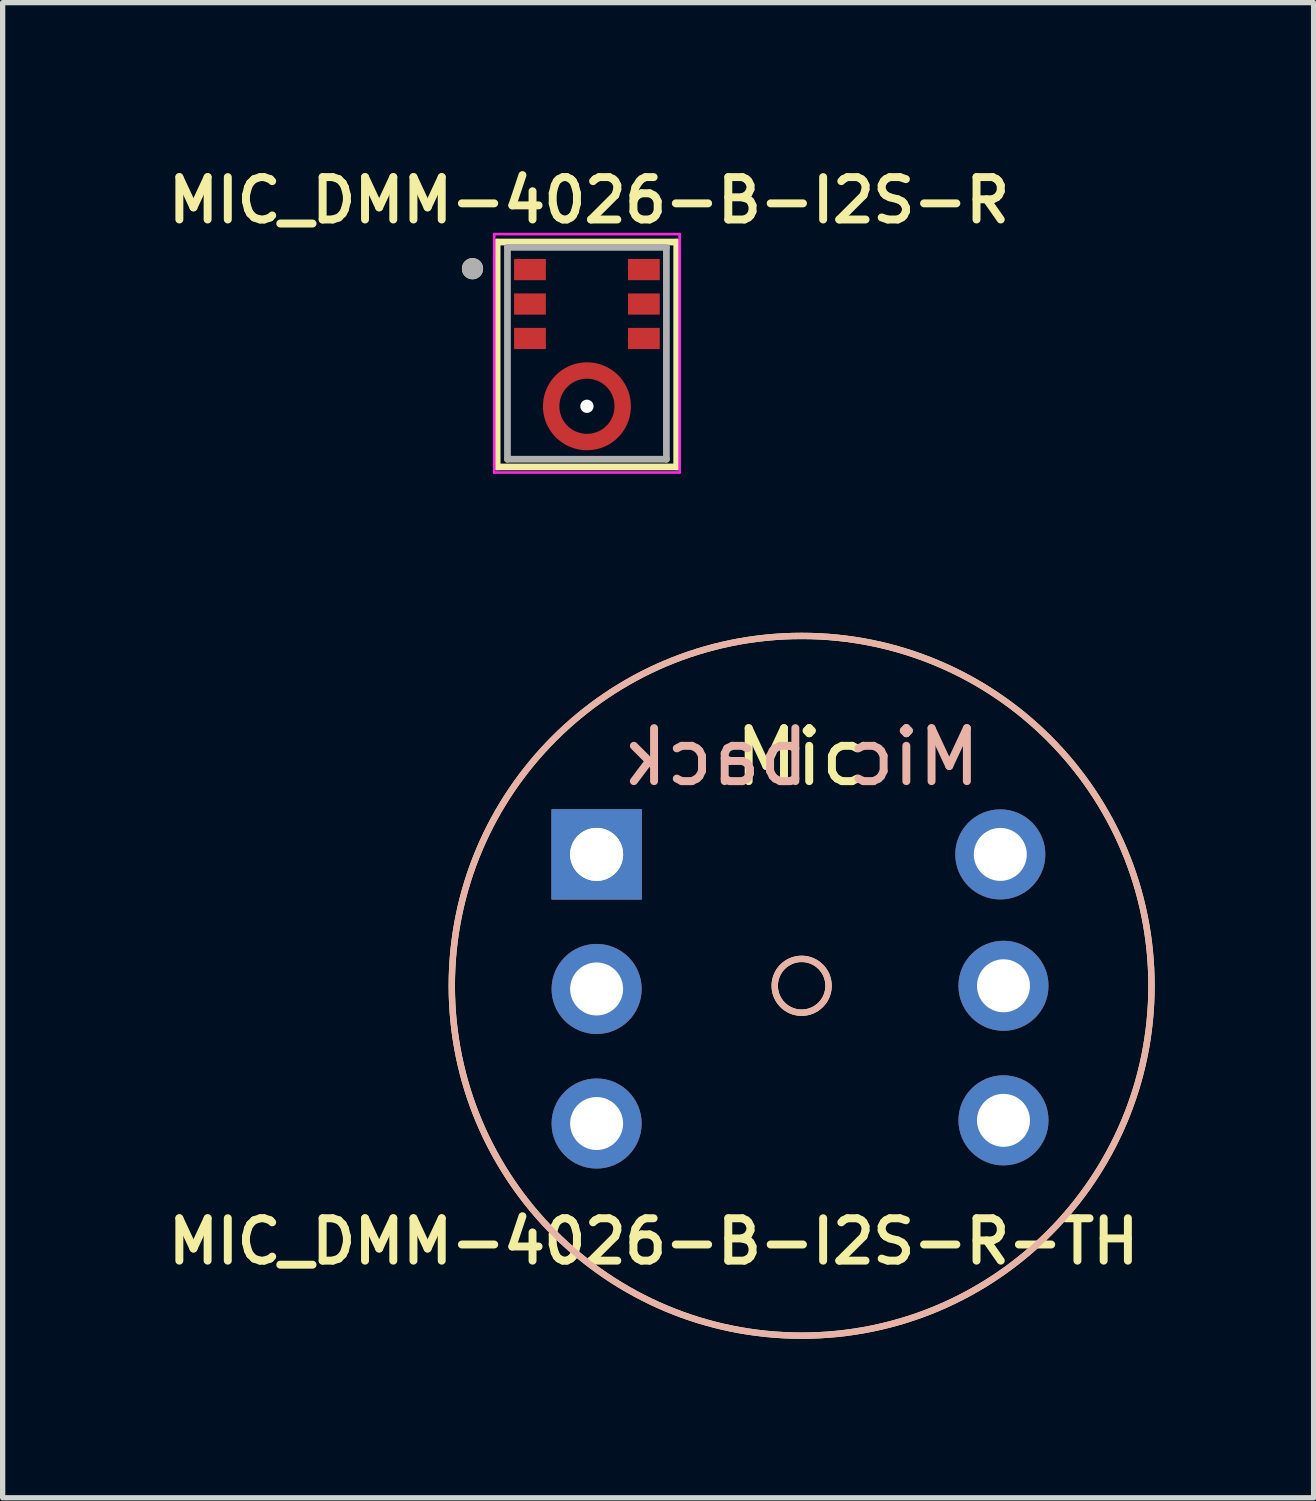
<source format=kicad_pcb>
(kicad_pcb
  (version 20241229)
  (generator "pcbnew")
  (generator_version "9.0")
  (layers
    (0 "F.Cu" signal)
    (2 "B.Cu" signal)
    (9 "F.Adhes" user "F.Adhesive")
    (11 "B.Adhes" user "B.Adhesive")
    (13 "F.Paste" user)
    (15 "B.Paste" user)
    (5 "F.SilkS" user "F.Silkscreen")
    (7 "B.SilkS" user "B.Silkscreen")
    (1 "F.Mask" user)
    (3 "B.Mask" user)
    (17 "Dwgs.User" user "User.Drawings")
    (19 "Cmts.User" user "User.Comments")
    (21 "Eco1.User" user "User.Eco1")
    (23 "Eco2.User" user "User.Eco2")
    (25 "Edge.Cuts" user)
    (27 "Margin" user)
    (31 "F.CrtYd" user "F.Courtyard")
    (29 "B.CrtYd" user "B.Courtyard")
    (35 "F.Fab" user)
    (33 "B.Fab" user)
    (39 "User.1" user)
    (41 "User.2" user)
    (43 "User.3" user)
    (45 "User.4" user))
  (footprint "MIC_DMM-4026-B-I2S-R"
    (layer "F.Cu")
    (at 8.029 3.619)
    (property "Reference" "MIC_DMM-4026-B-I2S-R" (at 0.04 -2.888 0) (layer "F.SilkS") (effects (font (size 0.8 0.8) (thickness 0.15))))
    (attr smd)
    (fp_poly (pts (xy -0.425 1) (xy -0.424 0.978) (xy -0.423 0.956) (xy -0.42 0.934) (xy -0.416 0.912) (xy -0.411 0.89) (xy -0.404 0.869) (xy -0.397 0.848) (xy -0.388 0.827) (xy -0.379 0.807) (xy -0.368 0.787) (xy -0.356 0.769) (xy -0.344 0.75) (xy -0.33 0.733) (xy -0.316 0.716) (xy -0.301 0.699) (xy -0.284 0.684) (xy -0.267 0.67) (xy -0.25 0.656) (xy -0.231 0.644) (xy -0.212 0.632) (xy -0.193 0.621) (xy -0.173 0.612) (xy -0.152 0.603) (xy -0.131 0.596) (xy -0.11 0.589) (xy -0.088 0.584) (xy -0.066 0.58) (xy -0.044 0.577) (xy -0.022 0.576) (xy 0 0.575) (xy 0.025 0.576) (xy 0.047 0.577) (xy 0.069 0.58) (xy 0.09 0.584) (xy 0.112 0.589) (xy 0.133 0.596) (xy 0.154 0.603) (xy 0.174 0.612) (xy 0.194 0.621) (xy 0.214 0.632) (xy 0.233 0.643) (xy 0.251 0.656) (xy 0.268 0.669) (xy 0.285 0.684) (xy 0.301 0.699) (xy 0.316 0.715) (xy 0.331 0.732) (xy 0.344 0.749) (xy 0.357 0.767) (xy 0.368 0.786) (xy 0.379 0.806) (xy 0.388 0.826) (xy 0.397 0.846) (xy 0.404 0.867) (xy 0.411 0.888) (xy 0.416 0.91) (xy 0.42 0.931) (xy 0.423 0.953) (xy 0.424 0.975) (xy 0.425 0.995) (xy 0.925 0.995) (xy 0.924 0.949) (xy 0.92 0.901) (xy 0.914 0.853) (xy 0.905 0.806) (xy 0.894 0.759) (xy 0.88 0.712) (xy 0.864 0.667) (xy 0.845 0.622) (xy 0.824 0.579) (xy 0.801 0.536) (xy 0.776 0.495) (xy 0.749 0.455) (xy 0.719 0.417) (xy 0.688 0.38) (xy 0.655 0.345) (xy 0.62 0.312) (xy 0.583 0.281) (xy 0.545 0.251) (xy 0.505 0.224) (xy 0.464 0.199) (xy 0.421 0.176) (xy 0.378 0.155) (xy 0.333 0.136) (xy 0.288 0.12) (xy 0.241 0.106) (xy 0.194 0.095) (xy 0.147 0.086) (xy 0.099 0.08) (xy 0.051 0.076) (xy 0 0.075) (xy -0.048 0.076) (xy -0.097 0.08) (xy -0.145 0.086) (xy -0.192 0.095) (xy -0.239 0.107) (xy -0.286 0.12) (xy -0.331 0.136) (xy -0.376 0.155) (xy -0.42 0.176) (xy -0.462 0.199) (xy -0.504 0.224) (xy -0.544 0.252) (xy -0.582 0.281) (xy -0.619 0.313) (xy -0.654 0.346) (xy -0.687 0.381) (xy -0.719 0.418) (xy -0.748 0.456) (xy -0.776 0.496) (xy -0.801 0.537) (xy -0.824 0.58) (xy -0.845 0.624) (xy -0.864 0.669) (xy -0.88 0.714) (xy -0.893 0.761) (xy -0.905 0.808) (xy -0.914 0.855) (xy -0.92 0.903) (xy -0.924 0.952) (xy -0.925 1) (xy -0.924 1.048) (xy -0.92 1.097) (xy -0.914 1.145) (xy -0.905 1.192) (xy -0.893 1.239) (xy -0.88 1.286) (xy -0.864 1.331) (xy -0.845 1.376) (xy -0.824 1.42) (xy -0.801 1.462) (xy -0.776 1.504) (xy -0.748 1.544) (xy -0.719 1.582) (xy -0.687 1.619) (xy -0.654 1.654) (xy -0.619 1.687) (xy -0.582 1.719) (xy -0.544 1.748) (xy -0.504 1.776) (xy -0.462 1.801) (xy -0.42 1.824) (xy -0.376 1.845) (xy -0.331 1.864) (xy -0.286 1.88) (xy -0.239 1.893) (xy -0.192 1.905) (xy -0.145 1.914) (xy -0.097 1.92) (xy -0.048 1.924) (xy 0 1.925) (xy 0.051 1.924) (xy 0.099 1.92) (xy 0.147 1.914) (xy 0.194 1.905) (xy 0.241 1.894) (xy 0.288 1.88) (xy 0.333 1.864) (xy 0.378 1.845) (xy 0.421 1.824) (xy 0.464 1.801) (xy 0.505 1.776) (xy 0.545 1.749) (xy 0.583 1.719) (xy 0.62 1.688) (xy 0.655 1.655) (xy 0.688 1.62) (xy 0.719 1.583) (xy 0.749 1.545) (xy 0.776 1.505) (xy 0.801 1.464) (xy 0.824 1.421) (xy 0.845 1.378) (xy 0.864 1.333) (xy 0.88 1.288) (xy 0.894 1.241) (xy 0.905 1.194) (xy 0.914 1.147) (xy 0.92 1.099) (xy 0.924 1.051) (xy 0.925 1.005) (xy 0.425 1.005) (xy 0.424 1.025) (xy 0.423 1.047) (xy 0.42 1.069) (xy 0.416 1.09) (xy 0.411 1.112) (xy 0.404 1.133) (xy 0.397 1.154) (xy 0.388 1.174) (xy 0.379 1.194) (xy 0.368 1.214) (xy 0.357 1.233) (xy 0.344 1.251) (xy 0.331 1.268) (xy 0.316 1.285) (xy 0.301 1.301) (xy 0.285 1.316) (xy 0.268 1.331) (xy 0.251 1.344) (xy 0.233 1.357) (xy 0.214 1.368) (xy 0.194 1.379) (xy 0.174 1.388) (xy 0.154 1.397) (xy 0.133 1.404) (xy 0.112 1.411) (xy 0.09 1.416) (xy 0.069 1.42) (xy 0.047 1.423) (xy 0.025 1.424) (xy 0 1.425) (xy -0.022 1.424) (xy -0.044 1.423) (xy -0.066 1.42) (xy -0.088 1.416) (xy -0.11 1.411) (xy -0.131 1.404) (xy -0.152 1.397) (xy -0.173 1.388) (xy -0.193 1.379) (xy -0.212 1.368) (xy -0.231 1.356) (xy -0.25 1.344) (xy -0.267 1.33) (xy -0.284 1.316) (xy -0.301 1.301) (xy -0.316 1.284) (xy -0.33 1.267) (xy -0.344 1.25) (xy -0.356 1.231) (xy -0.368 1.212) (xy -0.379 1.193) (xy -0.388 1.173) (xy -0.397 1.152) (xy -0.404 1.131) (xy -0.411 1.11) (xy -0.416 1.088) (xy -0.42 1.066) (xy -0.423 1.044) (xy -0.424 1.022) (xy -0.425 1)) (stroke (width 0.01) (type solid)) (fill yes) (layer "F.Mask"))
    (fp_line (start -1.695 -2.1) (end 1.695 -2.1) (stroke (width 0.127) (type solid)) (layer "F.SilkS"))
    (fp_line (start -1.695 2.145) (end -1.695 -2.1) (stroke (width 0.127) (type solid)) (layer "F.SilkS"))
    (fp_line (start 1.695 -2.1) (end 1.695 2.145) (stroke (width 0.127) (type solid)) (layer "F.SilkS"))
    (fp_line (start 1.695 2.145) (end -1.695 2.145) (stroke (width 0.127) (type solid)) (layer "F.SilkS"))
    (fp_circle (center -2.16 -1.597) (end -2.06 -1.597) (stroke (width 0.2) (type solid)) (fill no) (layer "F.SilkS"))
    (fp_poly (pts (xy -0.525 1) (xy -0.524 0.973) (xy -0.522 0.945) (xy -0.519 0.918) (xy -0.514 0.891) (xy -0.507 0.864) (xy -0.499 0.838) (xy -0.49 0.812) (xy -0.48 0.786) (xy -0.468 0.762) (xy -0.455 0.738) (xy -0.44 0.714) (xy -0.425 0.691) (xy -0.408 0.67) (xy -0.39 0.649) (xy -0.371 0.629) (xy -0.351 0.61) (xy -0.33 0.592) (xy -0.309 0.575) (xy -0.286 0.56) (xy -0.262 0.545) (xy -0.238 0.532) (xy -0.214 0.52) (xy -0.188 0.51) (xy -0.162 0.501) (xy -0.136 0.493) (xy -0.109 0.486) (xy -0.082 0.481) (xy -0.055 0.478) (xy -0.027 0.476) (xy 0 0.475) (xy 0.03 0.476) (xy 0.057 0.478) (xy 0.084 0.481) (xy 0.111 0.486) (xy 0.138 0.493) (xy 0.164 0.501) (xy 0.19 0.51) (xy 0.215 0.52) (xy 0.24 0.532) (xy 0.264 0.545) (xy 0.287 0.559) (xy 0.31 0.575) (xy 0.331 0.591) (xy 0.352 0.609) (xy 0.372 0.628) (xy 0.391 0.648) (xy 0.409 0.669) (xy 0.425 0.69) (xy 0.441 0.713) (xy 0.455 0.736) (xy 0.468 0.76) (xy 0.48 0.785) (xy 0.49 0.81) (xy 0.499 0.836) (xy 0.507 0.862) (xy 0.514 0.889) (xy 0.519 0.916) (xy 0.522 0.943) (xy 0.524 0.97) (xy 0.525 0.995) (xy 0.825 0.995) (xy 0.824 0.954) (xy 0.82 0.912) (xy 0.815 0.869) (xy 0.807 0.826) (xy 0.797 0.785) (xy 0.785 0.743) (xy 0.77 0.703) (xy 0.754 0.663) (xy 0.735 0.624) (xy 0.715 0.586) (xy 0.692 0.55) (xy 0.668 0.514) (xy 0.642 0.48) (xy 0.614 0.447) (xy 0.584 0.416) (xy 0.553 0.386) (xy 0.52 0.358) (xy 0.486 0.332) (xy 0.45 0.308) (xy 0.414 0.285) (xy 0.376 0.265) (xy 0.337 0.246) (xy 0.297 0.23) (xy 0.257 0.215) (xy 0.215 0.203) (xy 0.174 0.193) (xy 0.131 0.185) (xy 0.088 0.18) (xy 0.046 0.176) (xy 0 0.175) (xy -0.043 0.176) (xy -0.086 0.18) (xy -0.129 0.185) (xy -0.172 0.193) (xy -0.214 0.203) (xy -0.255 0.215) (xy -0.296 0.23) (xy -0.336 0.246) (xy -0.375 0.265) (xy -0.412 0.286) (xy -0.449 0.308) (xy -0.485 0.333) (xy -0.519 0.359) (xy -0.552 0.387) (xy -0.583 0.417) (xy -0.613 0.448) (xy -0.641 0.481) (xy -0.667 0.515) (xy -0.692 0.551) (xy -0.714 0.588) (xy -0.735 0.625) (xy -0.754 0.664) (xy -0.77 0.704) (xy -0.785 0.745) (xy -0.797 0.786) (xy -0.807 0.828) (xy -0.815 0.871) (xy -0.82 0.914) (xy -0.824 0.957) (xy -0.825 1) (xy -0.824 1.043) (xy -0.82 1.086) (xy -0.815 1.129) (xy -0.807 1.172) (xy -0.797 1.214) (xy -0.785 1.255) (xy -0.77 1.296) (xy -0.754 1.336) (xy -0.735 1.375) (xy -0.714 1.413) (xy -0.692 1.449) (xy -0.667 1.485) (xy -0.641 1.519) (xy -0.613 1.552) (xy -0.583 1.583) (xy -0.552 1.613) (xy -0.519 1.641) (xy -0.485 1.667) (xy -0.449 1.692) (xy -0.413 1.714) (xy -0.375 1.735) (xy -0.336 1.754) (xy -0.296 1.77) (xy -0.255 1.785) (xy -0.214 1.797) (xy -0.172 1.807) (xy -0.129 1.815) (xy -0.086 1.82) (xy -0.043 1.824) (xy 0 1.825) (xy 0.046 1.824) (xy 0.088 1.82) (xy 0.131 1.815) (xy 0.174 1.807) (xy 0.215 1.797) (xy 0.257 1.785) (xy 0.297 1.77) (xy 0.337 1.754) (xy 0.376 1.735) (xy 0.414 1.715) (xy 0.45 1.692) (xy 0.486 1.668) (xy 0.52 1.642) (xy 0.553 1.614) (xy 0.584 1.584) (xy 0.614 1.553) (xy 0.642 1.52) (xy 0.668 1.486) (xy 0.692 1.45) (xy 0.715 1.414) (xy 0.735 1.376) (xy 0.754 1.337) (xy 0.77 1.297) (xy 0.785 1.257) (xy 0.797 1.215) (xy 0.807 1.174) (xy 0.815 1.131) (xy 0.82 1.088) (xy 0.824 1.046) (xy 0.825 1.005) (xy 0.525 1.005) (xy 0.524 1.03) (xy 0.522 1.057) (xy 0.519 1.084) (xy 0.514 1.111) (xy 0.507 1.138) (xy 0.499 1.164) (xy 0.49 1.19) (xy 0.48 1.215) (xy 0.468 1.24) (xy 0.455 1.264) (xy 0.441 1.287) (xy 0.425 1.31) (xy 0.409 1.331) (xy 0.391 1.352) (xy 0.372 1.372) (xy 0.352 1.391) (xy 0.331 1.409) (xy 0.31 1.425) (xy 0.287 1.441) (xy 0.264 1.455) (xy 0.24 1.468) (xy 0.215 1.48) (xy 0.19 1.49) (xy 0.164 1.499) (xy 0.138 1.507) (xy 0.111 1.514) (xy 0.084 1.519) (xy 0.057 1.522) (xy 0.03 1.524) (xy 0 1.525) (xy -0.027 1.524) (xy -0.055 1.522) (xy -0.082 1.519) (xy -0.109 1.514) (xy -0.136 1.507) (xy -0.162 1.499) (xy -0.188 1.49) (xy -0.214 1.48) (xy -0.238 1.468) (xy -0.263 1.455) (xy -0.286 1.44) (xy -0.309 1.425) (xy -0.33 1.408) (xy -0.351 1.39) (xy -0.371 1.371) (xy -0.39 1.351) (xy -0.408 1.33) (xy -0.425 1.309) (xy -0.44 1.286) (xy -0.455 1.263) (xy -0.468 1.238) (xy -0.48 1.214) (xy -0.49 1.188) (xy -0.499 1.162) (xy -0.507 1.136) (xy -0.514 1.109) (xy -0.519 1.082) (xy -0.522 1.055) (xy -0.524 1.027) (xy -0.525 1)) (stroke (width 0.01) (type solid)) (fill yes) (layer "F.Paste"))
    (fp_line (start -1.75 -2.25) (end 1.75 -2.25) (stroke (width 0.05) (type solid)) (layer "F.CrtYd"))
    (fp_line (start -1.75 2.25) (end -1.75 -2.25) (stroke (width 0.05) (type solid)) (layer "F.CrtYd"))
    (fp_line (start 1.75 -2.25) (end 1.75 2.25) (stroke (width 0.05) (type solid)) (layer "F.CrtYd"))
    (fp_line (start 1.75 2.25) (end -1.75 2.25) (stroke (width 0.05) (type solid)) (layer "F.CrtYd"))
    (fp_line (start -1.5 -2) (end 1.5 -2) (stroke (width 0.127) (type solid)) (layer "F.Fab"))
    (fp_line (start -1.5 2) (end -1.5 -2) (stroke (width 0.127) (type solid)) (layer "F.Fab"))
    (fp_line (start 1.5 -2) (end 1.5 2) (stroke (width 0.127) (type solid)) (layer "F.Fab"))
    (fp_line (start 1.5 2) (end -1.5 2) (stroke (width 0.127) (type solid)) (layer "F.Fab"))
    (fp_circle (center -2.16 -1.597) (end -2.06 -1.597) (stroke (width 0.2) (type solid)) (fill no) (layer "F.Fab"))
    (pad "" np_thru_hole circle (at 0 1) (size 0.25 0.25) (drill 0.25) (layers "*.Cu" "*.Mask"))
    (pad "1" smd rect (at -1.075 -1.58) (size 0.6 0.4) (layers "F.Cu" "F.Mask" "F.Paste"))
    (pad "2" smd rect (at -1.075 -0.93) (size 0.6 0.4) (layers "F.Cu" "F.Mask" "F.Paste"))
    (pad "3" smd rect (at -1.075 -0.28) (size 0.6 0.4) (layers "F.Cu" "F.Mask" "F.Paste"))
    (pad "4" smd custom (at 0.01 1.66) (size 0.1 0.1) (layers "F.Cu") (options (anchor rect)) (primitives (gr_poly (pts (xy -0.535 -0.66) (xy -0.534 -0.687) (xy -0.532 -0.715) (xy -0.529 -0.742) (xy -0.524 -0.769) (xy -0.517 -0.796) (xy -0.509 -0.822) (xy -0.5 -0.848) (xy -0.49 -0.874) (xy -0.478 -0.898) (xy -0.465 -0.922) (xy -0.45 -0.946) (xy -0.435 -0.969) (xy -0.418 -0.99) (xy -0.4 -1.011) (xy -0.381 -1.031) (xy -0.361 -1.05) (xy -0.34 -1.068) (xy -0.319 -1.085) (xy -0.296 -1.1) (xy -0.272 -1.115) (xy -0.248 -1.128) (xy -0.224 -1.14) (xy -0.198 -1.15) (xy -0.172 -1.159) (xy -0.146 -1.167) (xy -0.119 -1.174) (xy -0.092 -1.179) (xy -0.065 -1.182) (xy -0.037 -1.184) (xy -0.01 -1.185) (xy 0.02 -1.184) (xy 0.047 -1.182) (xy 0.074 -1.179) (xy 0.101 -1.174) (xy 0.128 -1.167) (xy 0.154 -1.159) (xy 0.18 -1.15) (xy 0.205 -1.14) (xy 0.23 -1.128) (xy 0.254 -1.115) (xy 0.277 -1.101) (xy 0.3 -1.085) (xy 0.321 -1.069) (xy 0.342 -1.051) (xy 0.362 -1.032) (xy 0.381 -1.012) (xy 0.399 -0.991) (xy 0.415 -0.97) (xy 0.431 -0.947) (xy 0.445 -0.924) (xy 0.458 -0.9) (xy 0.47 -0.875) (xy 0.48 -0.85) (xy 0.489 -0.824) (xy 0.497 -0.798) (xy 0.504 -0.771) (xy 0.509 -0.744) (xy 0.512 -0.717) (xy 0.514 -0.69) (xy 0.515 -0.665) (xy 0.815 -0.665) (xy 0.814 -0.706) (xy 0.81 -0.748) (xy 0.805 -0.791) (xy 0.797 -0.834) (xy 0.787 -0.875) (xy 0.775 -0.917) (xy 0.76 -0.957) (xy 0.744 -0.997) (xy 0.725 -1.036) (xy 0.705 -1.074) (xy 0.682 -1.11) (xy 0.658 -1.146) (xy 0.632 -1.18) (xy 0.604 -1.213) (xy 0.574 -1.244) (xy 0.543 -1.274) (xy 0.51 -1.302) (xy 0.476 -1.328) (xy 0.44 -1.352) (xy 0.404 -1.375) (xy 0.366 -1.395) (xy 0.327 -1.414) (xy 0.287 -1.43) (xy 0.247 -1.445) (xy 0.205 -1.457) (xy 0.164 -1.467) (xy 0.121 -1.475) (xy 0.078 -1.48) (xy 0.036 -1.484) (xy -0.01 -1.485) (xy -0.053 -1.484) (xy -0.096 -1.48) (xy -0.139 -1.475) (xy -0.182 -1.467) (xy -0.224 -1.457) (xy -0.265 -1.445) (xy -0.306 -1.43) (xy -0.346 -1.414) (xy -0.385 -1.395) (xy -0.422 -1.374) (xy -0.459 -1.352) (xy -0.495 -1.327) (xy -0.529 -1.301) (xy -0.562 -1.273) (xy -0.593 -1.243) (xy -0.623 -1.212) (xy -0.651 -1.179) (xy -0.677 -1.145) (xy -0.702 -1.109) (xy -0.724 -1.072) (xy -0.745 -1.035) (xy -0.764 -0.996) (xy -0.78 -0.956) (xy -0.795 -0.915) (xy -0.807 -0.874) (xy -0.817 -0.832) (xy -0.825 -0.789) (xy -0.83 -0.746) (xy -0.834 -0.703) (xy -0.835 -0.66) (xy -0.834 -0.617) (xy -0.83 -0.574) (xy -0.825 -0.531) (xy -0.817 -0.488) (xy -0.807 -0.446) (xy -0.795 -0.405) (xy -0.78 -0.364) (xy -0.764 -0.324) (xy -0.745 -0.285) (xy -0.724 -0.247) (xy -0.702 -0.211) (xy -0.677 -0.175) (xy -0.651 -0.141) (xy -0.623 -0.108) (xy -0.593 -0.077) (xy -0.562 -0.047) (xy -0.529 -0.019) (xy -0.495 0.007) (xy -0.459 0.032) (xy -0.423 0.054) (xy -0.385 0.075) (xy -0.346 0.094) (xy -0.306 0.11) (xy -0.265 0.125) (xy -0.224 0.137) (xy -0.182 0.147) (xy -0.139 0.155) (xy -0.096 0.16) (xy -0.053 0.164) (xy -0.01 0.165) (xy 0.036 0.164) (xy 0.078 0.16) (xy 0.121 0.155) (xy 0.164 0.147) (xy 0.205 0.137) (xy 0.247 0.125) (xy 0.287 0.11) (xy 0.327 0.094) (xy 0.366 0.075) (xy 0.404 0.055) (xy 0.44 0.032) (xy 0.476 0.008) (xy 0.51 -0.018) (xy 0.543 -0.046) (xy 0.574 -0.076) (xy 0.604 -0.107) (xy 0.632 -0.14) (xy 0.658 -0.174) (xy 0.682 -0.21) (xy 0.705 -0.246) (xy 0.725 -0.284) (xy 0.744 -0.323) (xy 0.76 -0.363) (xy 0.775 -0.403) (xy 0.787 -0.445) (xy 0.797 -0.486) (xy 0.805 -0.529) (xy 0.81 -0.572) (xy 0.814 -0.614) (xy 0.815 -0.655) (xy 0.515 -0.655) (xy 0.514 -0.63) (xy 0.512 -0.603) (xy 0.509 -0.576) (xy 0.504 -0.549) (xy 0.497 -0.522) (xy 0.489 -0.496) (xy 0.48 -0.47) (xy 0.47 -0.445) (xy 0.458 -0.42) (xy 0.445 -0.396) (xy 0.431 -0.373) (xy 0.415 -0.35) (xy 0.399 -0.329) (xy 0.381 -0.308) (xy 0.362 -0.288) (xy 0.342 -0.269) (xy 0.321 -0.251) (xy 0.3 -0.235) (xy 0.277 -0.219) (xy 0.254 -0.205) (xy 0.23 -0.192) (xy 0.205 -0.18) (xy 0.18 -0.17) (xy 0.154 -0.161) (xy 0.128 -0.153) (xy 0.101 -0.146) (xy 0.074 -0.141) (xy 0.047 -0.138) (xy 0.02 -0.136) (xy -0.01 -0.135) (xy -0.037 -0.136) (xy -0.065 -0.138) (xy -0.092 -0.141) (xy -0.119 -0.146) (xy -0.146 -0.153) (xy -0.172 -0.161) (xy -0.198 -0.17) (xy -0.224 -0.18) (xy -0.248 -0.192) (xy -0.273 -0.205) (xy -0.296 -0.22) (xy -0.319 -0.235) (xy -0.34 -0.252) (xy -0.361 -0.27) (xy -0.381 -0.289) (xy -0.4 -0.309) (xy -0.418 -0.33) (xy -0.435 -0.351) (xy -0.45 -0.374) (xy -0.465 -0.397) (xy -0.478 -0.422) (xy -0.49 -0.446) (xy -0.5 -0.472) (xy -0.509 -0.498) (xy -0.517 -0.524) (xy -0.524 -0.551) (xy -0.529 -0.578) (xy -0.532 -0.605) (xy -0.534 -0.633) (xy -0.535 -0.66)) (width 0.01) (fill yes))))
    (pad "5" smd rect (at 1.075 -0.28) (size 0.6 0.4) (layers "F.Cu" "F.Mask" "F.Paste"))
    (pad "6" smd rect (at 1.075 -0.93) (size 0.6 0.4) (layers "F.Cu" "F.Mask" "F.Paste"))
    (pad "7" smd rect (at 1.075 -1.58) (size 0.6 0.4) (layers "F.Cu" "F.Mask" "F.Paste")))
  (footprint "MIC_DMM-4026-B-I2S-R-TH"
    (layer "F.Cu")
    (at 12.082 15.558)
    (property "Reference" "MIC_DMM-4026-B-I2S-R-TH" (at -2.794 4.826 0) (layer "F.SilkS") (effects (font (size 0.8 0.8) (thickness 0.15))))
    (attr smd)
    (fp_circle (center 0 0) (end 0 -6.604) (stroke (width 0.12) (type solid)) (fill no) (layer "F.SilkS"))
    (fp_circle (center 0 0) (end 0 -0.508) (stroke (width 0.12) (type solid)) (fill no) (layer "F.SilkS"))
    (fp_circle (center 0 0) (end 0.508 0) (stroke (width 0.12) (type solid)) (fill no) (layer "B.SilkS"))
    (fp_circle (center 0 0) (end 6.604 0) (stroke (width 0.12) (type solid)) (fill no) (layer "B.SilkS"))
    (fp_text user "Mic" (at 0 -4.318 0) (unlocked yes) (layer "F.SilkS") (effects (font (size 1 1) (thickness 0.15))))
    (fp_text user "Mic back" (at 0 -4.318 0) (unlocked yes) (layer "B.SilkS") (effects (font (size 1 1) (thickness 0.15)) (justify mirror)))
    (pad "1" thru_hole rect (at -3.87 -2.48 90) (size 1.7 1.7) (drill 1) (layers "*.Cu" "*.Mask"))
    (pad "1" thru_hole rect (at -3.87 -2.48) (size 1.7 1.7) (drill 1) (layers "*.Cu" "*.Mask"))
    (pad "2" thru_hole oval (at -3.87 0.06) (size 1.7 1.7) (drill 1) (layers "*.Cu" "*.Mask"))
    (pad "3" thru_hole oval (at -3.87 2.6) (size 1.7 1.7) (drill 1) (layers "*.Cu" "*.Mask"))
    (pad "4" thru_hole oval (at 3.75 -2.48 90) (size 1.7 1.7) (drill 1) (layers "*.Cu" "*.Mask"))
    (pad "5" thru_hole oval (at 3.81 0) (size 1.7 1.7) (drill 1) (layers "*.Cu" "*.Mask"))
    (pad "6" thru_hole oval (at 3.81 2.54) (size 1.7 1.7) (drill 1) (layers "*.Cu" "*.Mask")))
  (gr_rect
    (start -3 -3)
    (end 21.746 25.222)
    (stroke (width 0.1) (type default))
    (fill no)
    (layer "Edge.Cuts")))
</source>
